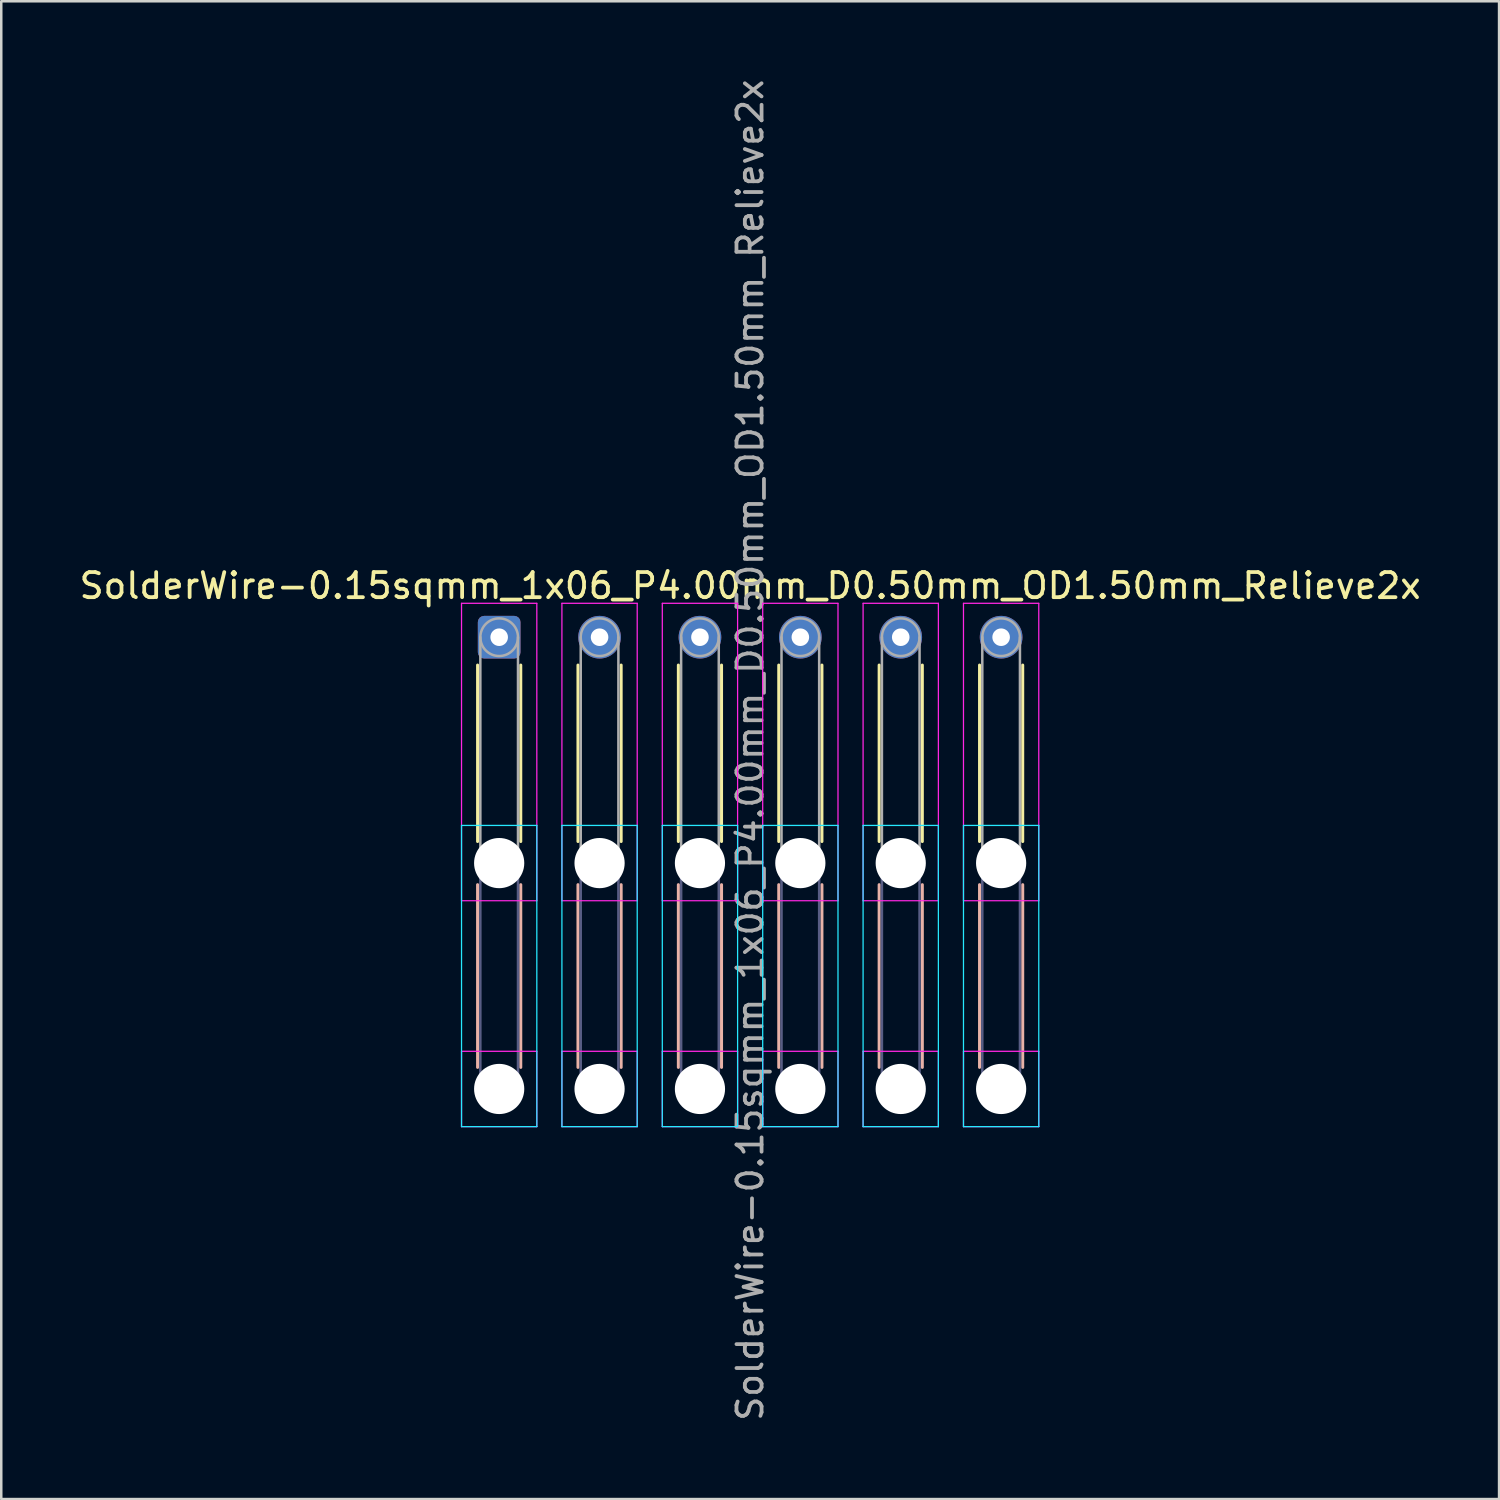
<source format=kicad_pcb>
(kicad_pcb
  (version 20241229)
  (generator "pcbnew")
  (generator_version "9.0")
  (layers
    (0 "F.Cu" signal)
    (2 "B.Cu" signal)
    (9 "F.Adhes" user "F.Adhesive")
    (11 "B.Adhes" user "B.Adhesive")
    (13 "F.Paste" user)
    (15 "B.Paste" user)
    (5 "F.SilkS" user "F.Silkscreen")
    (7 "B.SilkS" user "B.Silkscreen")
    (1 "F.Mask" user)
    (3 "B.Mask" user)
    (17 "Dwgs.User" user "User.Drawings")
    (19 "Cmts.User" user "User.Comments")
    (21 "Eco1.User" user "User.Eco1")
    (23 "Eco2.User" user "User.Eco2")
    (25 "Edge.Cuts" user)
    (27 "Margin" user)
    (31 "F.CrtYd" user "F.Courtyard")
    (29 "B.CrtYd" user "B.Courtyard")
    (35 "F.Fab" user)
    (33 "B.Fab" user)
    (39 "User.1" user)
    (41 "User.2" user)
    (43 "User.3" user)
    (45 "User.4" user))
  (footprint "SolderWire-0.15sqmm_1x06_P4.00mm_D0.50mm_OD1.50mm_Relieve2x"
    (layer "F.Cu")
    (at 16.839 22.339)
    (property "Reference" "SolderWire-0.15sqmm_1x06_P4.00mm_D0.50mm_OD1.50mm_Relieve2x" (at 10 -2.05 0) (layer "F.SilkS") (effects (font (size 1 1) (thickness 0.15))))
    (attr exclude_from_pos_files exclude_from_bom)
    (fp_line (start -0.86 1.11) (end -0.86 8.14) (stroke (width 0.12) (type solid)) (layer "F.SilkS"))
    (fp_line (start 0.86 1.11) (end 0.86 8.14) (stroke (width 0.12) (type solid)) (layer "F.SilkS"))
    (fp_line (start 3.14 1.11) (end 3.14 8.14) (stroke (width 0.12) (type solid)) (layer "F.SilkS"))
    (fp_line (start 4.86 1.11) (end 4.86 8.14) (stroke (width 0.12) (type solid)) (layer "F.SilkS"))
    (fp_line (start 7.14 1.11) (end 7.14 8.14) (stroke (width 0.12) (type solid)) (layer "F.SilkS"))
    (fp_line (start 8.86 1.11) (end 8.86 8.14) (stroke (width 0.12) (type solid)) (layer "F.SilkS"))
    (fp_line (start 11.14 1.11) (end 11.14 8.14) (stroke (width 0.12) (type solid)) (layer "F.SilkS"))
    (fp_line (start 12.86 1.11) (end 12.86 8.14) (stroke (width 0.12) (type solid)) (layer "F.SilkS"))
    (fp_line (start 15.14 1.11) (end 15.14 8.14) (stroke (width 0.12) (type solid)) (layer "F.SilkS"))
    (fp_line (start 16.86 1.11) (end 16.86 8.14) (stroke (width 0.12) (type solid)) (layer "F.SilkS"))
    (fp_line (start 19.14 1.11) (end 19.14 8.14) (stroke (width 0.12) (type solid)) (layer "F.SilkS"))
    (fp_line (start 20.86 1.11) (end 20.86 8.14) (stroke (width 0.12) (type solid)) (layer "F.SilkS"))
    (fp_line (start -0.86 9.86) (end -0.86 17.14) (stroke (width 0.12) (type solid)) (layer "B.SilkS"))
    (fp_line (start 0.86 9.86) (end 0.86 17.14) (stroke (width 0.12) (type solid)) (layer "B.SilkS"))
    (fp_line (start 3.14 9.86) (end 3.14 17.14) (stroke (width 0.12) (type solid)) (layer "B.SilkS"))
    (fp_line (start 4.86 9.86) (end 4.86 17.14) (stroke (width 0.12) (type solid)) (layer "B.SilkS"))
    (fp_line (start 7.14 9.86) (end 7.14 17.14) (stroke (width 0.12) (type solid)) (layer "B.SilkS"))
    (fp_line (start 8.86 9.86) (end 8.86 17.14) (stroke (width 0.12) (type solid)) (layer "B.SilkS"))
    (fp_line (start 11.14 9.86) (end 11.14 17.14) (stroke (width 0.12) (type solid)) (layer "B.SilkS"))
    (fp_line (start 12.86 9.86) (end 12.86 17.14) (stroke (width 0.12) (type solid)) (layer "B.SilkS"))
    (fp_line (start 15.14 9.86) (end 15.14 17.14) (stroke (width 0.12) (type solid)) (layer "B.SilkS"))
    (fp_line (start 16.86 9.86) (end 16.86 17.14) (stroke (width 0.12) (type solid)) (layer "B.SilkS"))
    (fp_line (start 19.14 9.86) (end 19.14 17.14) (stroke (width 0.12) (type solid)) (layer "B.SilkS"))
    (fp_line (start 20.86 9.86) (end 20.86 17.14) (stroke (width 0.12) (type solid)) (layer "B.SilkS"))
    (fp_line (start -1.5 7.5) (end -1.5 19.5) (stroke (width 0.05) (type solid)) (layer "B.CrtYd"))
    (fp_line (start -1.5 19.5) (end 1.5 19.5) (stroke (width 0.05) (type solid)) (layer "B.CrtYd"))
    (fp_line (start 1.5 7.5) (end -1.5 7.5) (stroke (width 0.05) (type solid)) (layer "B.CrtYd"))
    (fp_line (start 1.5 19.5) (end 1.5 7.5) (stroke (width 0.05) (type solid)) (layer "B.CrtYd"))
    (fp_line (start 2.5 7.5) (end 2.5 19.5) (stroke (width 0.05) (type solid)) (layer "B.CrtYd"))
    (fp_line (start 2.5 19.5) (end 5.5 19.5) (stroke (width 0.05) (type solid)) (layer "B.CrtYd"))
    (fp_line (start 5.5 7.5) (end 2.5 7.5) (stroke (width 0.05) (type solid)) (layer "B.CrtYd"))
    (fp_line (start 5.5 19.5) (end 5.5 7.5) (stroke (width 0.05) (type solid)) (layer "B.CrtYd"))
    (fp_line (start 6.5 7.5) (end 6.5 19.5) (stroke (width 0.05) (type solid)) (layer "B.CrtYd"))
    (fp_line (start 6.5 19.5) (end 9.5 19.5) (stroke (width 0.05) (type solid)) (layer "B.CrtYd"))
    (fp_line (start 9.5 7.5) (end 6.5 7.5) (stroke (width 0.05) (type solid)) (layer "B.CrtYd"))
    (fp_line (start 9.5 19.5) (end 9.5 7.5) (stroke (width 0.05) (type solid)) (layer "B.CrtYd"))
    (fp_line (start 10.5 7.5) (end 10.5 19.5) (stroke (width 0.05) (type solid)) (layer "B.CrtYd"))
    (fp_line (start 10.5 19.5) (end 13.5 19.5) (stroke (width 0.05) (type solid)) (layer "B.CrtYd"))
    (fp_line (start 13.5 7.5) (end 10.5 7.5) (stroke (width 0.05) (type solid)) (layer "B.CrtYd"))
    (fp_line (start 13.5 19.5) (end 13.5 7.5) (stroke (width 0.05) (type solid)) (layer "B.CrtYd"))
    (fp_line (start 14.5 7.5) (end 14.5 19.5) (stroke (width 0.05) (type solid)) (layer "B.CrtYd"))
    (fp_line (start 14.5 19.5) (end 17.5 19.5) (stroke (width 0.05) (type solid)) (layer "B.CrtYd"))
    (fp_line (start 17.5 7.5) (end 14.5 7.5) (stroke (width 0.05) (type solid)) (layer "B.CrtYd"))
    (fp_line (start 17.5 19.5) (end 17.5 7.5) (stroke (width 0.05) (type solid)) (layer "B.CrtYd"))
    (fp_line (start 18.5 7.5) (end 18.5 19.5) (stroke (width 0.05) (type solid)) (layer "B.CrtYd"))
    (fp_line (start 18.5 19.5) (end 21.5 19.5) (stroke (width 0.05) (type solid)) (layer "B.CrtYd"))
    (fp_line (start 21.5 7.5) (end 18.5 7.5) (stroke (width 0.05) (type solid)) (layer "B.CrtYd"))
    (fp_line (start 21.5 19.5) (end 21.5 7.5) (stroke (width 0.05) (type solid)) (layer "B.CrtYd"))
    (fp_line (start -1.5 -1.35) (end -1.5 10.5) (stroke (width 0.05) (type solid)) (layer "F.CrtYd"))
    (fp_line (start -1.5 10.5) (end 1.5 10.5) (stroke (width 0.05) (type solid)) (layer "F.CrtYd"))
    (fp_line (start -1.5 16.5) (end -1.5 19.5) (stroke (width 0.05) (type solid)) (layer "F.CrtYd"))
    (fp_line (start -1.5 19.5) (end 1.5 19.5) (stroke (width 0.05) (type solid)) (layer "F.CrtYd"))
    (fp_line (start 1.5 -1.35) (end -1.5 -1.35) (stroke (width 0.05) (type solid)) (layer "F.CrtYd"))
    (fp_line (start 1.5 10.5) (end 1.5 -1.35) (stroke (width 0.05) (type solid)) (layer "F.CrtYd"))
    (fp_line (start 1.5 16.5) (end -1.5 16.5) (stroke (width 0.05) (type solid)) (layer "F.CrtYd"))
    (fp_line (start 1.5 19.5) (end 1.5 16.5) (stroke (width 0.05) (type solid)) (layer "F.CrtYd"))
    (fp_line (start 2.5 -1.35) (end 2.5 10.5) (stroke (width 0.05) (type solid)) (layer "F.CrtYd"))
    (fp_line (start 2.5 10.5) (end 5.5 10.5) (stroke (width 0.05) (type solid)) (layer "F.CrtYd"))
    (fp_line (start 2.5 16.5) (end 2.5 19.5) (stroke (width 0.05) (type solid)) (layer "F.CrtYd"))
    (fp_line (start 2.5 19.5) (end 5.5 19.5) (stroke (width 0.05) (type solid)) (layer "F.CrtYd"))
    (fp_line (start 5.5 -1.35) (end 2.5 -1.35) (stroke (width 0.05) (type solid)) (layer "F.CrtYd"))
    (fp_line (start 5.5 10.5) (end 5.5 -1.35) (stroke (width 0.05) (type solid)) (layer "F.CrtYd"))
    (fp_line (start 5.5 16.5) (end 2.5 16.5) (stroke (width 0.05) (type solid)) (layer "F.CrtYd"))
    (fp_line (start 5.5 19.5) (end 5.5 16.5) (stroke (width 0.05) (type solid)) (layer "F.CrtYd"))
    (fp_line (start 6.5 -1.35) (end 6.5 10.5) (stroke (width 0.05) (type solid)) (layer "F.CrtYd"))
    (fp_line (start 6.5 10.5) (end 9.5 10.5) (stroke (width 0.05) (type solid)) (layer "F.CrtYd"))
    (fp_line (start 6.5 16.5) (end 6.5 19.5) (stroke (width 0.05) (type solid)) (layer "F.CrtYd"))
    (fp_line (start 6.5 19.5) (end 9.5 19.5) (stroke (width 0.05) (type solid)) (layer "F.CrtYd"))
    (fp_line (start 9.5 -1.35) (end 6.5 -1.35) (stroke (width 0.05) (type solid)) (layer "F.CrtYd"))
    (fp_line (start 9.5 10.5) (end 9.5 -1.35) (stroke (width 0.05) (type solid)) (layer "F.CrtYd"))
    (fp_line (start 9.5 16.5) (end 6.5 16.5) (stroke (width 0.05) (type solid)) (layer "F.CrtYd"))
    (fp_line (start 9.5 19.5) (end 9.5 16.5) (stroke (width 0.05) (type solid)) (layer "F.CrtYd"))
    (fp_line (start 10.5 -1.35) (end 10.5 10.5) (stroke (width 0.05) (type solid)) (layer "F.CrtYd"))
    (fp_line (start 10.5 10.5) (end 13.5 10.5) (stroke (width 0.05) (type solid)) (layer "F.CrtYd"))
    (fp_line (start 10.5 16.5) (end 10.5 19.5) (stroke (width 0.05) (type solid)) (layer "F.CrtYd"))
    (fp_line (start 10.5 19.5) (end 13.5 19.5) (stroke (width 0.05) (type solid)) (layer "F.CrtYd"))
    (fp_line (start 13.5 -1.35) (end 10.5 -1.35) (stroke (width 0.05) (type solid)) (layer "F.CrtYd"))
    (fp_line (start 13.5 10.5) (end 13.5 -1.35) (stroke (width 0.05) (type solid)) (layer "F.CrtYd"))
    (fp_line (start 13.5 16.5) (end 10.5 16.5) (stroke (width 0.05) (type solid)) (layer "F.CrtYd"))
    (fp_line (start 13.5 19.5) (end 13.5 16.5) (stroke (width 0.05) (type solid)) (layer "F.CrtYd"))
    (fp_line (start 14.5 -1.35) (end 14.5 10.5) (stroke (width 0.05) (type solid)) (layer "F.CrtYd"))
    (fp_line (start 14.5 10.5) (end 17.5 10.5) (stroke (width 0.05) (type solid)) (layer "F.CrtYd"))
    (fp_line (start 14.5 16.5) (end 14.5 19.5) (stroke (width 0.05) (type solid)) (layer "F.CrtYd"))
    (fp_line (start 14.5 19.5) (end 17.5 19.5) (stroke (width 0.05) (type solid)) (layer "F.CrtYd"))
    (fp_line (start 17.5 -1.35) (end 14.5 -1.35) (stroke (width 0.05) (type solid)) (layer "F.CrtYd"))
    (fp_line (start 17.5 10.5) (end 17.5 -1.35) (stroke (width 0.05) (type solid)) (layer "F.CrtYd"))
    (fp_line (start 17.5 16.5) (end 14.5 16.5) (stroke (width 0.05) (type solid)) (layer "F.CrtYd"))
    (fp_line (start 17.5 19.5) (end 17.5 16.5) (stroke (width 0.05) (type solid)) (layer "F.CrtYd"))
    (fp_line (start 18.5 -1.35) (end 18.5 10.5) (stroke (width 0.05) (type solid)) (layer "F.CrtYd"))
    (fp_line (start 18.5 10.5) (end 21.5 10.5) (stroke (width 0.05) (type solid)) (layer "F.CrtYd"))
    (fp_line (start 18.5 16.5) (end 18.5 19.5) (stroke (width 0.05) (type solid)) (layer "F.CrtYd"))
    (fp_line (start 18.5 19.5) (end 21.5 19.5) (stroke (width 0.05) (type solid)) (layer "F.CrtYd"))
    (fp_line (start 21.5 -1.35) (end 18.5 -1.35) (stroke (width 0.05) (type solid)) (layer "F.CrtYd"))
    (fp_line (start 21.5 10.5) (end 21.5 -1.35) (stroke (width 0.05) (type solid)) (layer "F.CrtYd"))
    (fp_line (start 21.5 16.5) (end 18.5 16.5) (stroke (width 0.05) (type solid)) (layer "F.CrtYd"))
    (fp_line (start 21.5 19.5) (end 21.5 16.5) (stroke (width 0.05) (type solid)) (layer "F.CrtYd"))
    (fp_line (start -0.75 9) (end -0.75 18) (stroke (width 0.1) (type solid)) (layer "B.Fab"))
    (fp_line (start 0.75 9) (end 0.75 18) (stroke (width 0.1) (type solid)) (layer "B.Fab"))
    (fp_line (start 3.25 9) (end 3.25 18) (stroke (width 0.1) (type solid)) (layer "B.Fab"))
    (fp_line (start 4.75 9) (end 4.75 18) (stroke (width 0.1) (type solid)) (layer "B.Fab"))
    (fp_line (start 7.25 9) (end 7.25 18) (stroke (width 0.1) (type solid)) (layer "B.Fab"))
    (fp_line (start 8.75 9) (end 8.75 18) (stroke (width 0.1) (type solid)) (layer "B.Fab"))
    (fp_line (start 11.25 9) (end 11.25 18) (stroke (width 0.1) (type solid)) (layer "B.Fab"))
    (fp_line (start 12.75 9) (end 12.75 18) (stroke (width 0.1) (type solid)) (layer "B.Fab"))
    (fp_line (start 15.25 9) (end 15.25 18) (stroke (width 0.1) (type solid)) (layer "B.Fab"))
    (fp_line (start 16.75 9) (end 16.75 18) (stroke (width 0.1) (type solid)) (layer "B.Fab"))
    (fp_line (start 19.25 9) (end 19.25 18) (stroke (width 0.1) (type solid)) (layer "B.Fab"))
    (fp_line (start 20.75 9) (end 20.75 18) (stroke (width 0.1) (type solid)) (layer "B.Fab"))
    (fp_circle (center 0 9) (end 0.75 9) (stroke (width 0.1) (type solid)) (fill no) (layer "B.Fab"))
    (fp_circle (center 0 18) (end 0.75 18) (stroke (width 0.1) (type solid)) (fill no) (layer "B.Fab"))
    (fp_circle (center 4 9) (end 4.75 9) (stroke (width 0.1) (type solid)) (fill no) (layer "B.Fab"))
    (fp_circle (center 4 18) (end 4.75 18) (stroke (width 0.1) (type solid)) (fill no) (layer "B.Fab"))
    (fp_circle (center 8 9) (end 8.75 9) (stroke (width 0.1) (type solid)) (fill no) (layer "B.Fab"))
    (fp_circle (center 8 18) (end 8.75 18) (stroke (width 0.1) (type solid)) (fill no) (layer "B.Fab"))
    (fp_circle (center 12 9) (end 12.75 9) (stroke (width 0.1) (type solid)) (fill no) (layer "B.Fab"))
    (fp_circle (center 12 18) (end 12.75 18) (stroke (width 0.1) (type solid)) (fill no) (layer "B.Fab"))
    (fp_circle (center 16 9) (end 16.75 9) (stroke (width 0.1) (type solid)) (fill no) (layer "B.Fab"))
    (fp_circle (center 16 18) (end 16.75 18) (stroke (width 0.1) (type solid)) (fill no) (layer "B.Fab"))
    (fp_circle (center 20 9) (end 20.75 9) (stroke (width 0.1) (type solid)) (fill no) (layer "B.Fab"))
    (fp_circle (center 20 18) (end 20.75 18) (stroke (width 0.1) (type solid)) (fill no) (layer "B.Fab"))
    (fp_line (start -0.75 0) (end -0.75 9) (stroke (width 0.1) (type solid)) (layer "F.Fab"))
    (fp_line (start 0.75 0) (end 0.75 9) (stroke (width 0.1) (type solid)) (layer "F.Fab"))
    (fp_line (start 3.25 0) (end 3.25 9) (stroke (width 0.1) (type solid)) (layer "F.Fab"))
    (fp_line (start 4.75 0) (end 4.75 9) (stroke (width 0.1) (type solid)) (layer "F.Fab"))
    (fp_line (start 7.25 0) (end 7.25 9) (stroke (width 0.1) (type solid)) (layer "F.Fab"))
    (fp_line (start 8.75 0) (end 8.75 9) (stroke (width 0.1) (type solid)) (layer "F.Fab"))
    (fp_line (start 11.25 0) (end 11.25 9) (stroke (width 0.1) (type solid)) (layer "F.Fab"))
    (fp_line (start 12.75 0) (end 12.75 9) (stroke (width 0.1) (type solid)) (layer "F.Fab"))
    (fp_line (start 15.25 0) (end 15.25 9) (stroke (width 0.1) (type solid)) (layer "F.Fab"))
    (fp_line (start 16.75 0) (end 16.75 9) (stroke (width 0.1) (type solid)) (layer "F.Fab"))
    (fp_line (start 19.25 0) (end 19.25 9) (stroke (width 0.1) (type solid)) (layer "F.Fab"))
    (fp_line (start 20.75 0) (end 20.75 9) (stroke (width 0.1) (type solid)) (layer "F.Fab"))
    (fp_circle (center 0 0) (end 0.75 0) (stroke (width 0.1) (type solid)) (fill no) (layer "F.Fab"))
    (fp_circle (center 0 9) (end 0.75 9) (stroke (width 0.1) (type solid)) (fill no) (layer "F.Fab"))
    (fp_circle (center 0 18) (end 0.75 18) (stroke (width 0.1) (type solid)) (fill no) (layer "F.Fab"))
    (fp_circle (center 4 0) (end 4.75 0) (stroke (width 0.1) (type solid)) (fill no) (layer "F.Fab"))
    (fp_circle (center 4 9) (end 4.75 9) (stroke (width 0.1) (type solid)) (fill no) (layer "F.Fab"))
    (fp_circle (center 4 18) (end 4.75 18) (stroke (width 0.1) (type solid)) (fill no) (layer "F.Fab"))
    (fp_circle (center 8 0) (end 8.75 0) (stroke (width 0.1) (type solid)) (fill no) (layer "F.Fab"))
    (fp_circle (center 8 9) (end 8.75 9) (stroke (width 0.1) (type solid)) (fill no) (layer "F.Fab"))
    (fp_circle (center 8 18) (end 8.75 18) (stroke (width 0.1) (type solid)) (fill no) (layer "F.Fab"))
    (fp_circle (center 12 0) (end 12.75 0) (stroke (width 0.1) (type solid)) (fill no) (layer "F.Fab"))
    (fp_circle (center 12 9) (end 12.75 9) (stroke (width 0.1) (type solid)) (fill no) (layer "F.Fab"))
    (fp_circle (center 12 18) (end 12.75 18) (stroke (width 0.1) (type solid)) (fill no) (layer "F.Fab"))
    (fp_circle (center 16 0) (end 16.75 0) (stroke (width 0.1) (type solid)) (fill no) (layer "F.Fab"))
    (fp_circle (center 16 9) (end 16.75 9) (stroke (width 0.1) (type solid)) (fill no) (layer "F.Fab"))
    (fp_circle (center 16 18) (end 16.75 18) (stroke (width 0.1) (type solid)) (fill no) (layer "F.Fab"))
    (fp_circle (center 20 0) (end 20.75 0) (stroke (width 0.1) (type solid)) (fill no) (layer "F.Fab"))
    (fp_circle (center 20 9) (end 20.75 9) (stroke (width 0.1) (type solid)) (fill no) (layer "F.Fab"))
    (fp_circle (center 20 18) (end 20.75 18) (stroke (width 0.1) (type solid)) (fill no) (layer "F.Fab"))
    (fp_text user "${REFERENCE}" (at 10 4.5 90) (layer "F.Fab") (effects (font (size 1 1) (thickness 0.15))))
    (pad "" np_thru_hole circle (at 0 9) (size 2 2) (drill 2) (layers "*.Cu" "*.Mask"))
    (pad "" np_thru_hole circle (at 0 18) (size 2 2) (drill 2) (layers "*.Cu" "*.Mask"))
    (pad "" np_thru_hole circle (at 4 9) (size 2 2) (drill 2) (layers "*.Cu" "*.Mask"))
    (pad "" np_thru_hole circle (at 4 18) (size 2 2) (drill 2) (layers "*.Cu" "*.Mask"))
    (pad "" np_thru_hole circle (at 8 9) (size 2 2) (drill 2) (layers "*.Cu" "*.Mask"))
    (pad "" np_thru_hole circle (at 8 18) (size 2 2) (drill 2) (layers "*.Cu" "*.Mask"))
    (pad "" np_thru_hole circle (at 12 9) (size 2 2) (drill 2) (layers "*.Cu" "*.Mask"))
    (pad "" np_thru_hole circle (at 12 18) (size 2 2) (drill 2) (layers "*.Cu" "*.Mask"))
    (pad "" np_thru_hole circle (at 16 9) (size 2 2) (drill 2) (layers "*.Cu" "*.Mask"))
    (pad "" np_thru_hole circle (at 16 18) (size 2 2) (drill 2) (layers "*.Cu" "*.Mask"))
    (pad "" np_thru_hole circle (at 20 9) (size 2 2) (drill 2) (layers "*.Cu" "*.Mask"))
    (pad "" np_thru_hole circle (at 20 18) (size 2 2) (drill 2) (layers "*.Cu" "*.Mask"))
    (pad "1" thru_hole roundrect (at 0 0) (size 1.7 1.7) (drill 0.7) (layers "*.Cu" "*.Mask") (roundrect_rratio 0.147))
    (pad "2" thru_hole circle (at 4 0) (size 1.7 1.7) (drill 0.7) (layers "*.Cu" "*.Mask"))
    (pad "3" thru_hole circle (at 8 0) (size 1.7 1.7) (drill 0.7) (layers "*.Cu" "*.Mask"))
    (pad "4" thru_hole circle (at 12 0) (size 1.7 1.7) (drill 0.7) (layers "*.Cu" "*.Mask"))
    (pad "5" thru_hole circle (at 16 0) (size 1.7 1.7) (drill 0.7) (layers "*.Cu" "*.Mask"))
    (pad "6" thru_hole circle (at 20 0) (size 1.7 1.7) (drill 0.7) (layers "*.Cu" "*.Mask")))
  (gr_rect
    (start -3 -3)
    (end 56.679 56.679)
    (stroke (width 0.1) (type default))
    (fill no)
    (layer "Edge.Cuts")))
</source>
